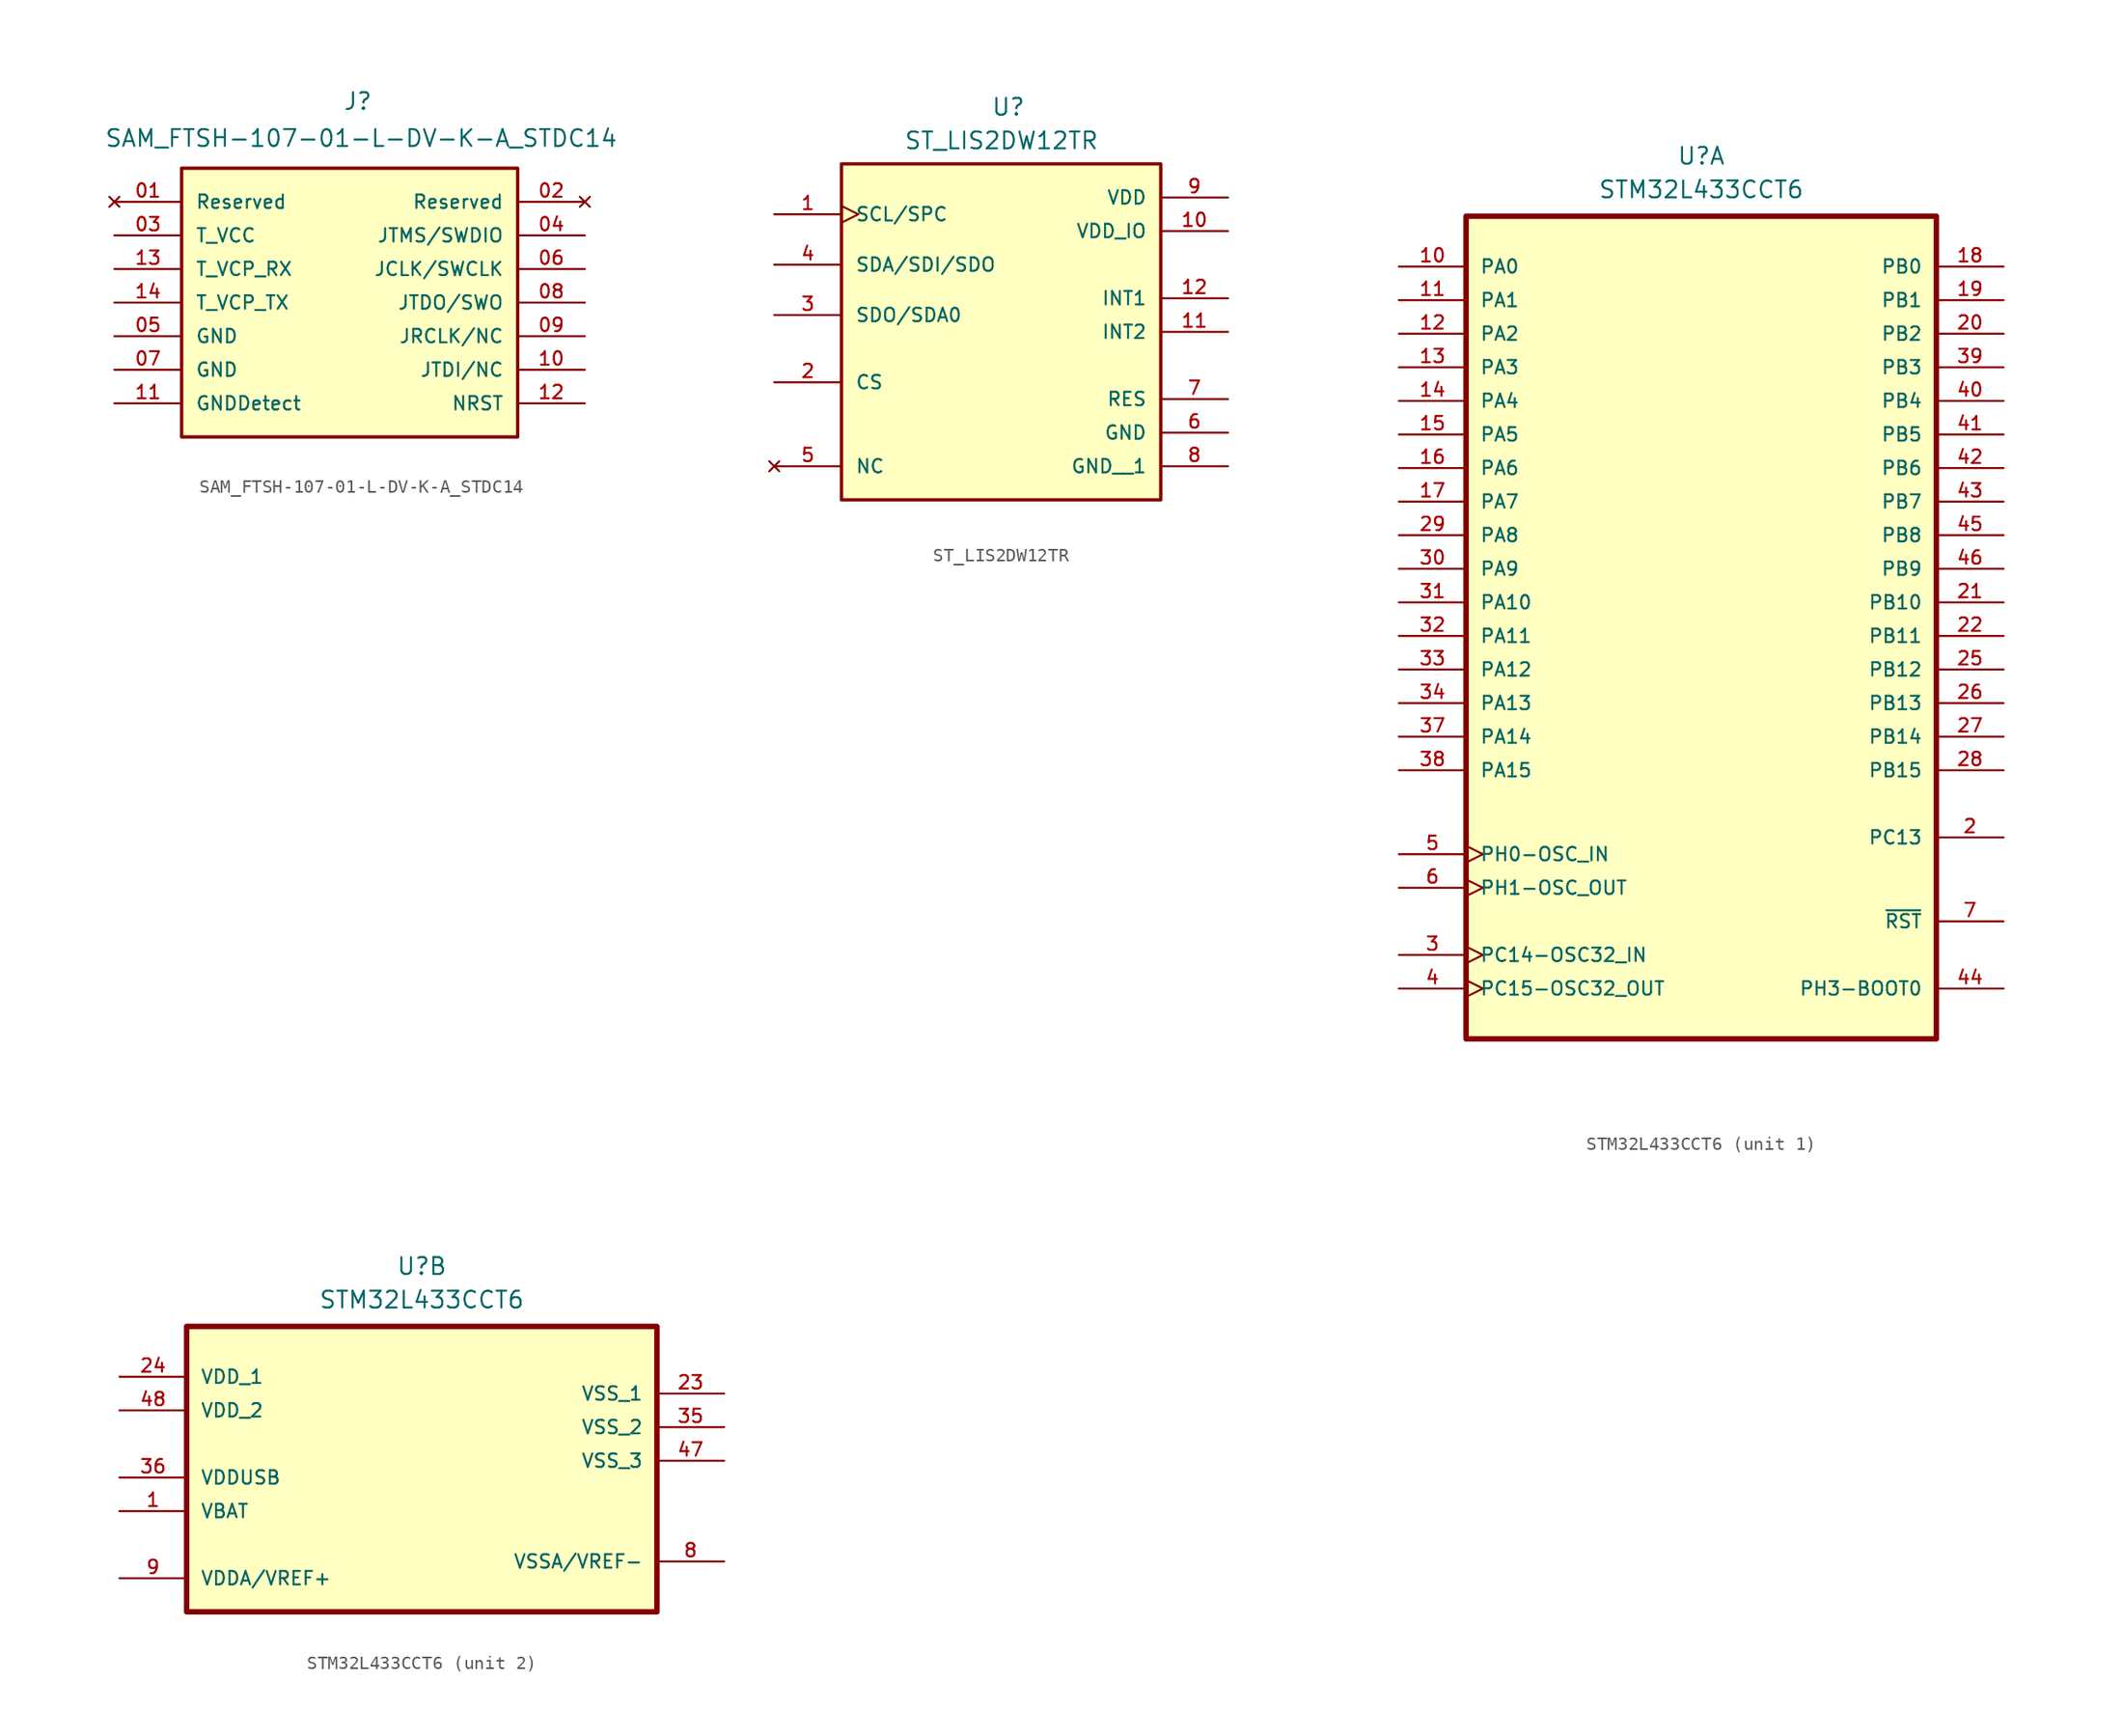
<source format=kicad_sym>
(kicad_symbol_lib
  (version 20241209)
  (generator "kicad_symbol_editor")
  (generator_version "9.0")
  (symbol "SAM_FTSH-107-01-L-DV-K-A_STDC14"
    (pin_names
      (offset 1.016))
    (property "Reference" "J"
      (at -0.508 14.478 0)
      (effects (font (size 1.27 1.27)) (justify left bottom)))
    (property "Value" "SAM_FTSH-107-01-L-DV-K-A_STDC14"
      (at -18.542 11.684 0)
      (effects (font (size 1.27 1.27)) (justify left bottom)))
    (symbol "SAM_FTSH-107-01-L-DV-K-A_STDC14_0_0"
      (rectangle (start -12.7 10.16) (end 12.7 -10.16) (stroke (width 0.254) (type default)) (fill (type background))))
    (symbol "SAM_FTSH-107-01-L-DV-K-A_STDC14_1_0"
      (pin no_connect line (at -17.78 7.62 0) (length 5.08) (name "Reserved" (effects (font (size 1.016 1.016)))) (number "01" (effects (font (size 1.016 1.016)))))
      (pin power_in line (at -17.78 5.08 0) (length 5.08) (name "T_VCC" (effects (font (size 1.016 1.016)))) (number "03" (effects (font (size 1.016 1.016)))))
      (pin passive line (at -17.78 2.54 0) (length 5.08) (name "T_VCP_RX" (effects (font (size 1.016 1.016)))) (number "13" (effects (font (size 1.016 1.016)))))
      (pin passive line (at -17.78 0 0) (length 5.08) (name "T_VCP_TX" (effects (font (size 1.016 1.016)))) (number "14" (effects (font (size 1.016 1.016)))))
      (pin power_in line (at -17.78 -2.54 0) (length 5.08) (name "GND" (effects (font (size 1.016 1.016)))) (number "05" (effects (font (size 1.016 1.016)))))
      (pin power_in line (at -17.78 -5.08 0) (length 5.08) (name "GND" (effects (font (size 1.016 1.016)))) (number "07" (effects (font (size 1.016 1.016)))))
      (pin passive line (at -17.78 -7.62 0) (length 5.08) (name "GNDDetect" (effects (font (size 1.016 1.016)))) (number "11" (effects (font (size 1.016 1.016)))))
      (pin no_connect line (at 17.78 7.62 180) (length 5.08) (name "Reserved" (effects (font (size 1.016 1.016)))) (number "02" (effects (font (size 1.016 1.016)))))
      (pin passive line (at 17.78 5.08 180) (length 5.08) (name "JTMS/SWDIO" (effects (font (size 1.016 1.016)))) (number "04" (effects (font (size 1.016 1.016)))))
      (pin passive line (at 17.78 2.54 180) (length 5.08) (name "JCLK/SWCLK" (effects (font (size 1.016 1.016)))) (number "06" (effects (font (size 1.016 1.016)))))
      (pin passive line (at 17.78 0 180) (length 5.08) (name "JTDO/SWO" (effects (font (size 1.016 1.016)))) (number "08" (effects (font (size 1.016 1.016)))))
      (pin passive line (at 17.78 -2.54 180) (length 5.08) (name "JRCLK/NC" (effects (font (size 1.016 1.016)))) (number "09" (effects (font (size 1.016 1.016)))))
      (pin passive line (at 17.78 -5.08 180) (length 5.08) (name "JTDI/NC" (effects (font (size 1.016 1.016)))) (number "10" (effects (font (size 1.016 1.016)))))
      (pin passive line (at 17.78 -7.62 180) (length 5.08) (name "NRST" (effects (font (size 1.016 1.016)))) (number "12" (effects (font (size 1.016 1.016)))))))
  (symbol "ST_LIS2DW12TR"
    (pin_names
      (offset 1.016))
    (property "Reference" "U"
      (at -0.762 16.256 0)
      (effects (font (size 1.27 1.27)) (justify left bottom)))
    (property "Value" "ST_LIS2DW12TR"
      (at -7.366 13.716 0)
      (effects (font (size 1.27 1.27)) (justify left bottom)))
    (symbol "ST_LIS2DW12TR_0_0"
      (rectangle (start -12.065 12.7) (end 12.065 -12.7) (stroke (width 0.254) (type default)) (fill (type background)))
      (pin input clock (at -17.145 8.89 0) (length 5.08) (name "SCL/SPC" (effects (font (size 1.016 1.016)))) (number "1" (effects (font (size 1.016 1.016)))))
      (pin bidirectional line (at -17.145 5.08 0) (length 5.08) (name "SDA/SDI/SDO" (effects (font (size 1.016 1.016)))) (number "4" (effects (font (size 1.016 1.016)))))
      (pin bidirectional line (at -17.145 1.27 0) (length 5.08) (name "SDO/SDA0" (effects (font (size 1.016 1.016)))) (number "3" (effects (font (size 1.016 1.016)))))
      (pin input line (at -17.145 -3.81 0) (length 5.08) (name "CS" (effects (font (size 1.016 1.016)))) (number "2" (effects (font (size 1.016 1.016)))))
      (pin power_in line (at 17.145 10.16 180) (length 5.08) (name "VDD" (effects (font (size 1.016 1.016)))) (number "9" (effects (font (size 1.016 1.016)))))
      (pin power_in line (at 17.145 7.62 180) (length 5.08) (name "VDD_IO" (effects (font (size 1.016 1.016)))) (number "10" (effects (font (size 1.016 1.016)))))
      (pin output line (at 17.145 2.54 180) (length 5.08) (name "INT1" (effects (font (size 1.016 1.016)))) (number "12" (effects (font (size 1.016 1.016)))))
      (pin output line (at 17.145 0 180) (length 5.08) (name "INT2" (effects (font (size 1.016 1.016)))) (number "11" (effects (font (size 1.016 1.016)))))
      (pin passive line (at 17.145 -5.08 180) (length 5.08) (name "RES" (effects (font (size 1.016 1.016)))) (number "7" (effects (font (size 1.016 1.016)))))
      (pin power_in line (at 17.145 -7.62 180) (length 5.08) (name "GND" (effects (font (size 1.016 1.016)))) (number "6" (effects (font (size 1.016 1.016)))))
      (pin power_in line (at 17.145 -10.16 180) (length 5.08) (name "GND__1" (effects (font (size 1.016 1.016)))) (number "8" (effects (font (size 1.016 1.016))))))
    (symbol "ST_LIS2DW12TR_1_0"
      (pin no_connect line (at -17.145 -10.16 0) (length 5.08) (name "NC" (effects (font (size 1.016 1.016)))) (number "5" (effects (font (size 1.016 1.016)))))))
  (symbol "STM32L433CCT6"
    (pin_names
      (offset 1.016))
    (property "Reference" "U"
      (at 0 52.07 0)
      (effects (font (size 1.27 1.27)) (justify bottom)))
    (property "Value" "STM32L433CCT6"
      (at 0 49.53 0)
      (effects (font (size 1.27 1.27)) (justify bottom)))
    (property "ki_locked" ""
      (at 0 0 0)
      (effects (font (size 1.27 1.27))))
    (symbol "STM32L433CCT6_1_0"
      (rectangle (start -17.78 48.26) (end 17.78 -13.97) (stroke (width 0.41) (type default)) (fill (type background)))
      (pin bidirectional line (at -22.86 44.45 0) (length 5.08) (name "PA0" (effects (font (size 1.016 1.016)))) (number "10" (effects (font (size 1.016 1.016)))))
      (pin bidirectional line (at -22.86 41.91 0) (length 5.08) (name "PA1" (effects (font (size 1.016 1.016)))) (number "11" (effects (font (size 1.016 1.016)))))
      (pin bidirectional line (at -22.86 39.37 0) (length 5.08) (name "PA2" (effects (font (size 1.016 1.016)))) (number "12" (effects (font (size 1.016 1.016)))))
      (pin bidirectional line (at -22.86 36.83 0) (length 5.08) (name "PA3" (effects (font (size 1.016 1.016)))) (number "13" (effects (font (size 1.016 1.016)))))
      (pin bidirectional line (at -22.86 34.29 0) (length 5.08) (name "PA4" (effects (font (size 1.016 1.016)))) (number "14" (effects (font (size 1.016 1.016)))))
      (pin bidirectional line (at -22.86 31.75 0) (length 5.08) (name "PA5" (effects (font (size 1.016 1.016)))) (number "15" (effects (font (size 1.016 1.016)))))
      (pin bidirectional line (at -22.86 29.21 0) (length 5.08) (name "PA6" (effects (font (size 1.016 1.016)))) (number "16" (effects (font (size 1.016 1.016)))))
      (pin bidirectional line (at -22.86 26.67 0) (length 5.08) (name "PA7" (effects (font (size 1.016 1.016)))) (number "17" (effects (font (size 1.016 1.016)))))
      (pin bidirectional line (at -22.86 24.13 0) (length 5.08) (name "PA8" (effects (font (size 1.016 1.016)))) (number "29" (effects (font (size 1.016 1.016)))))
      (pin bidirectional line (at -22.86 21.59 0) (length 5.08) (name "PA9" (effects (font (size 1.016 1.016)))) (number "30" (effects (font (size 1.016 1.016)))))
      (pin bidirectional line (at -22.86 19.05 0) (length 5.08) (name "PA10" (effects (font (size 1.016 1.016)))) (number "31" (effects (font (size 1.016 1.016)))))
      (pin bidirectional line (at -22.86 16.51 0) (length 5.08) (name "PA11" (effects (font (size 1.016 1.016)))) (number "32" (effects (font (size 1.016 1.016)))))
      (pin bidirectional line (at -22.86 13.97 0) (length 5.08) (name "PA12" (effects (font (size 1.016 1.016)))) (number "33" (effects (font (size 1.016 1.016)))))
      (pin bidirectional line (at -22.86 11.43 0) (length 5.08) (name "PA13" (effects (font (size 1.016 1.016)))) (number "34" (effects (font (size 1.016 1.016)))))
      (pin bidirectional line (at -22.86 8.89 0) (length 5.08) (name "PA14" (effects (font (size 1.016 1.016)))) (number "37" (effects (font (size 1.016 1.016)))))
      (pin bidirectional line (at -22.86 6.35 0) (length 5.08) (name "PA15" (effects (font (size 1.016 1.016)))) (number "38" (effects (font (size 1.016 1.016)))))
      (pin bidirectional clock (at -22.86 0 0) (length 5.08) (name "PH0-OSC_IN" (effects (font (size 1.016 1.016)))) (number "5" (effects (font (size 1.016 1.016)))))
      (pin bidirectional clock (at -22.86 -2.54 0) (length 5.08) (name "PH1-OSC_OUT" (effects (font (size 1.016 1.016)))) (number "6" (effects (font (size 1.016 1.016)))))
      (pin bidirectional clock (at -22.86 -7.62 0) (length 5.08) (name "PC14-OSC32_IN" (effects (font (size 1.016 1.016)))) (number "3" (effects (font (size 1.016 1.016)))))
      (pin bidirectional clock (at -22.86 -10.16 0) (length 5.08) (name "PC15-OSC32_OUT" (effects (font (size 1.016 1.016)))) (number "4" (effects (font (size 1.016 1.016)))))
      (pin bidirectional line (at 22.86 44.45 180) (length 5.08) (name "PB0" (effects (font (size 1.016 1.016)))) (number "18" (effects (font (size 1.016 1.016)))))
      (pin bidirectional line (at 22.86 41.91 180) (length 5.08) (name "PB1" (effects (font (size 1.016 1.016)))) (number "19" (effects (font (size 1.016 1.016)))))
      (pin bidirectional line (at 22.86 39.37 180) (length 5.08) (name "PB2" (effects (font (size 1.016 1.016)))) (number "20" (effects (font (size 1.016 1.016)))))
      (pin bidirectional line (at 22.86 36.83 180) (length 5.08) (name "PB3" (effects (font (size 1.016 1.016)))) (number "39" (effects (font (size 1.016 1.016)))))
      (pin bidirectional line (at 22.86 34.29 180) (length 5.08) (name "PB4" (effects (font (size 1.016 1.016)))) (number "40" (effects (font (size 1.016 1.016)))))
      (pin bidirectional line (at 22.86 31.75 180) (length 5.08) (name "PB5" (effects (font (size 1.016 1.016)))) (number "41" (effects (font (size 1.016 1.016)))))
      (pin bidirectional line (at 22.86 29.21 180) (length 5.08) (name "PB6" (effects (font (size 1.016 1.016)))) (number "42" (effects (font (size 1.016 1.016)))))
      (pin bidirectional line (at 22.86 26.67 180) (length 5.08) (name "PB7" (effects (font (size 1.016 1.016)))) (number "43" (effects (font (size 1.016 1.016)))))
      (pin bidirectional line (at 22.86 24.13 180) (length 5.08) (name "PB8" (effects (font (size 1.016 1.016)))) (number "45" (effects (font (size 1.016 1.016)))))
      (pin bidirectional line (at 22.86 21.59 180) (length 5.08) (name "PB9" (effects (font (size 1.016 1.016)))) (number "46" (effects (font (size 1.016 1.016)))))
      (pin bidirectional line (at 22.86 19.05 180) (length 5.08) (name "PB10" (effects (font (size 1.016 1.016)))) (number "21" (effects (font (size 1.016 1.016)))))
      (pin bidirectional line (at 22.86 16.51 180) (length 5.08) (name "PB11" (effects (font (size 1.016 1.016)))) (number "22" (effects (font (size 1.016 1.016)))))
      (pin bidirectional line (at 22.86 13.97 180) (length 5.08) (name "PB12" (effects (font (size 1.016 1.016)))) (number "25" (effects (font (size 1.016 1.016)))))
      (pin bidirectional line (at 22.86 11.43 180) (length 5.08) (name "PB13" (effects (font (size 1.016 1.016)))) (number "26" (effects (font (size 1.016 1.016)))))
      (pin bidirectional line (at 22.86 8.89 180) (length 5.08) (name "PB14" (effects (font (size 1.016 1.016)))) (number "27" (effects (font (size 1.016 1.016)))))
      (pin bidirectional line (at 22.86 6.35 180) (length 5.08) (name "PB15" (effects (font (size 1.016 1.016)))) (number "28" (effects (font (size 1.016 1.016)))))
      (pin bidirectional line (at 22.86 1.27 180) (length 5.08) (name "PC13" (effects (font (size 1.016 1.016)))) (number "2" (effects (font (size 1.016 1.016)))))
      (pin input line (at 22.86 -5.08 180) (length 5.08) (name "~{RST}" (effects (font (size 1.016 1.016)))) (number "7" (effects (font (size 1.016 1.016)))))
      (pin bidirectional line (at 22.86 -10.16 180) (length 5.08) (name "PH3-BOOT0" (effects (font (size 1.016 1.016)))) (number "44" (effects (font (size 1.016 1.016))))))
    (symbol "STM32L433CCT6_2_0"
      (rectangle (start -17.78 48.26) (end 17.78 26.67) (stroke (width 0.41) (type default)) (fill (type background)))
      (pin power_in line (at -22.86 44.45 0) (length 5.08) (name "VDD_1" (effects (font (size 1.016 1.016)))) (number "24" (effects (font (size 1.016 1.016)))))
      (pin power_in line (at -22.86 41.91 0) (length 5.08) (name "VDD_2" (effects (font (size 1.016 1.016)))) (number "48" (effects (font (size 1.016 1.016)))))
      (pin power_in line (at -22.86 36.83 0) (length 5.08) (name "VDDUSB" (effects (font (size 1.016 1.016)))) (number "36" (effects (font (size 1.016 1.016)))))
      (pin power_in line (at -22.86 34.29 0) (length 5.08) (name "VBAT" (effects (font (size 1.016 1.016)))) (number "1" (effects (font (size 1.016 1.016)))))
      (pin power_in line (at -22.86 29.21 0) (length 5.08) (name "VDDA/VREF+" (effects (font (size 1.016 1.016)))) (number "9" (effects (font (size 1.016 1.016)))))
      (pin power_in line (at 22.86 43.18 180) (length 5.08) (name "VSS_1" (effects (font (size 1.016 1.016)))) (number "23" (effects (font (size 1.016 1.016)))))
      (pin power_in line (at 22.86 40.64 180) (length 5.08) (name "VSS_2" (effects (font (size 1.016 1.016)))) (number "35" (effects (font (size 1.016 1.016)))))
      (pin power_in line (at 22.86 38.1 180) (length 5.08) (name "VSS_3" (effects (font (size 1.016 1.016)))) (number "47" (effects (font (size 1.016 1.016)))))
      (pin power_in line (at 22.86 30.48 180) (length 5.08) (name "VSSA/VREF-" (effects (font (size 1.016 1.016)))) (number "8" (effects (font (size 1.016 1.016))))))))
</source>
